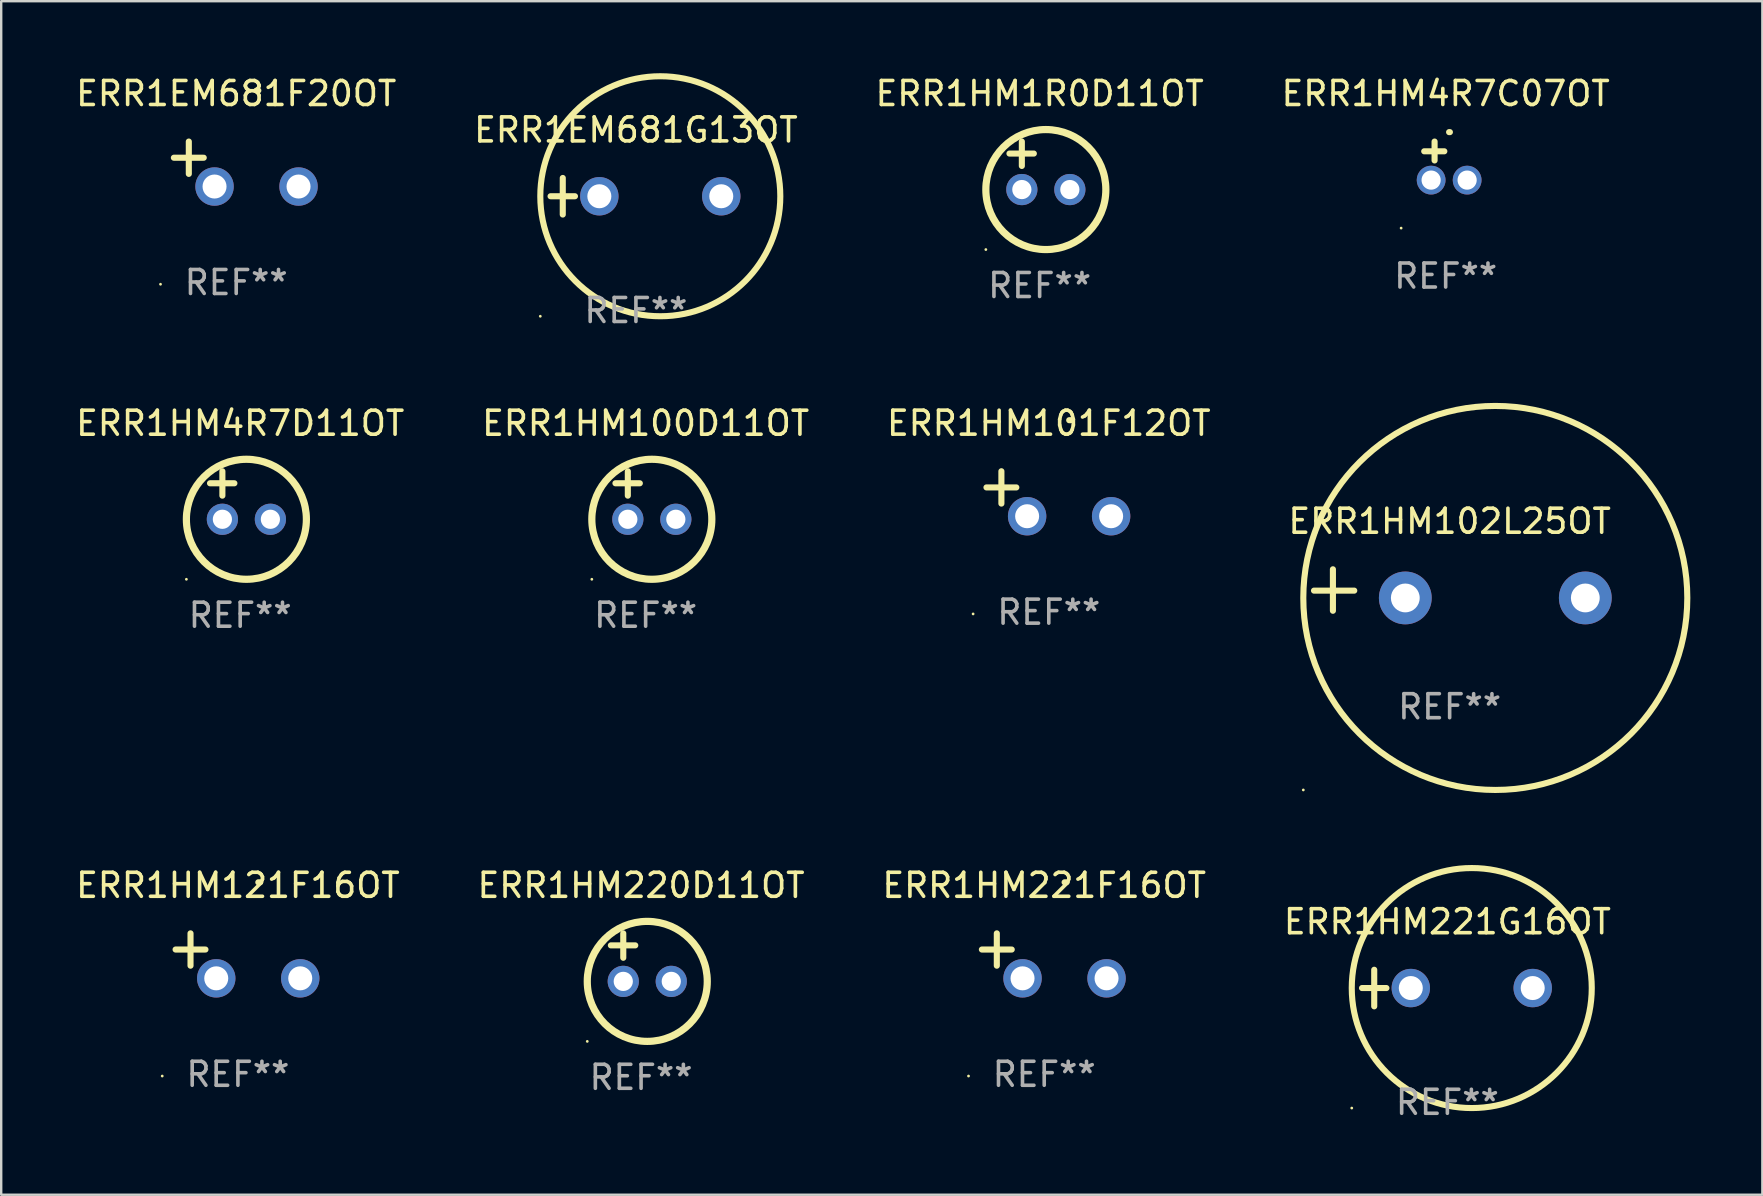
<source format=kicad_pcb>
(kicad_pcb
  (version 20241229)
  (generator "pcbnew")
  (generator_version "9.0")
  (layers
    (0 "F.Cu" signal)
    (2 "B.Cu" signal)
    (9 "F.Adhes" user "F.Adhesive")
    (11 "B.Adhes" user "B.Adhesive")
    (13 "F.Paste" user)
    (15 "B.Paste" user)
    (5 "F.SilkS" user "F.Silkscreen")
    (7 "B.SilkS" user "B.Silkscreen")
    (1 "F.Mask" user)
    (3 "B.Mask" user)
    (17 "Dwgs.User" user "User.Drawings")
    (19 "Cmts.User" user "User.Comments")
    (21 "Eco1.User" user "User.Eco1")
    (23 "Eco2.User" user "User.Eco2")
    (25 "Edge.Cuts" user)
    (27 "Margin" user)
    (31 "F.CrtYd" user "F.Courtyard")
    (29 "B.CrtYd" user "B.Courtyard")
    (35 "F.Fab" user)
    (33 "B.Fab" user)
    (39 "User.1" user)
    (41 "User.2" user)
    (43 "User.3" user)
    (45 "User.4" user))
  (footprint "ERR1HM221F16OT"
    (layer "F.Cu")
    (at 40.458 36.776)
    (property "Reference" "ERR1HM221F16OT" (at 0 -2.937 0) (layer "F.SilkS") (effects (font (size 1 1) (thickness 0.15))))
    (attr through_hole)
    (fp_line (start -1.975 0.41) (end -1.975 -0.937) (stroke (width 0.254) (type solid)) (layer "F.SilkS"))
    (fp_line (start -1.353 -0.263) (end -2.597 -0.263) (stroke (width 0.254) (type solid)) (layer "F.SilkS"))
    (fp_arc (start 0.849809 -3.063957) (mid 0.885369 -3.064114) (end 0.920929 -3.063957) (stroke (width 0.254001) (type solid)) (layer "F.SilkS"))
    (fp_circle (center -3.154 5.008) (end -3.124 5.008) (stroke (width 0.06) (type solid)) (fill no) (layer "F.SilkS"))
    (fp_text user "REF**" (at 0 4.937 0) (layer "F.Fab") (effects (font (size 1 1) (thickness 0.15))))
    (pad "1" thru_hole circle (at -0.903 0.937) (size 1.6 1.6) (drill 1) (layers "*.Cu" "*.Mask"))
    (pad "2" thru_hole circle (at 2.597 0.937) (size 1.6 1.6) (drill 1) (layers "*.Cu" "*.Mask")))
  (footprint "ERR1HM121F16OT"
    (layer "F.Cu")
    (at 6.863 36.776)
    (property "Reference" "ERR1HM121F16OT" (at 0 -2.937 0) (layer "F.SilkS") (effects (font (size 1 1) (thickness 0.15))))
    (attr through_hole)
    (fp_line (start -1.975 0.41) (end -1.975 -0.937) (stroke (width 0.254) (type solid)) (layer "F.SilkS"))
    (fp_line (start -1.353 -0.263) (end -2.597 -0.263) (stroke (width 0.254) (type solid)) (layer "F.SilkS"))
    (fp_arc (start 0.849809 -3.063957) (mid 0.885369 -3.064114) (end 0.920929 -3.063957) (stroke (width 0.254001) (type solid)) (layer "F.SilkS"))
    (fp_circle (center -3.154 5.008) (end -3.124 5.008) (stroke (width 0.06) (type solid)) (fill no) (layer "F.SilkS"))
    (fp_text user "REF**" (at 0 4.937 0) (layer "F.Fab") (effects (font (size 1 1) (thickness 0.15))))
    (pad "1" thru_hole circle (at -0.903 0.937) (size 1.6 1.6) (drill 1) (layers "*.Cu" "*.Mask"))
    (pad "2" thru_hole circle (at 2.597 0.937) (size 1.6 1.6) (drill 1) (layers "*.Cu" "*.Mask")))
  (footprint "ERR1EM681F20OT"
    (layer "F.Cu")
    (at 6.792 3.785)
    (property "Reference" "ERR1EM681F20OT" (at 0 -2.937 0) (layer "F.SilkS") (effects (font (size 1 1) (thickness 0.15))))
    (attr through_hole)
    (fp_line (start -1.975 0.41) (end -1.975 -0.937) (stroke (width 0.254) (type solid)) (layer "F.SilkS"))
    (fp_line (start -1.353 -0.263) (end -2.597 -0.263) (stroke (width 0.254) (type solid)) (layer "F.SilkS"))
    (fp_arc (start 0.849809 -3.063957) (mid 0.885369 -3.064114) (end 0.920929 -3.063957) (stroke (width 0.254001) (type solid)) (layer "F.SilkS"))
    (fp_circle (center -3.154 5.008) (end -3.124 5.008) (stroke (width 0.06) (type solid)) (fill no) (layer "F.SilkS"))
    (fp_text user "REF**" (at 0 4.937 0) (layer "F.Fab") (effects (font (size 1 1) (thickness 0.15))))
    (pad "1" thru_hole circle (at -0.903 0.937) (size 1.6 1.6) (drill 1) (layers "*.Cu" "*.Mask"))
    (pad "2" thru_hole circle (at 2.597 0.937) (size 1.6 1.6) (drill 1) (layers "*.Cu" "*.Mask")))
  (footprint "ERR1HM220D11OT"
    (layer "F.Cu")
    (at 23.661 36.84)
    (property "Reference" "ERR1HM220D11OT" (at 0 -3 0) (layer "F.SilkS") (effects (font (size 1 1) (thickness 0.15))))
    (attr through_hole)
    (fp_line (start -1.258 -0.5) (end -0.242 -0.5) (stroke (width 0.254) (type solid)) (layer "F.SilkS"))
    (fp_line (start -0.742 -1) (end -0.742 0.016) (stroke (width 0.254) (type solid)) (layer "F.SilkS"))
    (fp_circle (center -2.242 3.5) (end -2.212 3.5) (stroke (width 0.06) (type solid)) (fill no) (layer "F.SilkS"))
    (fp_circle (center 0.258 1) (end 2.758 1) (stroke (width 0.3) (type solid)) (fill no) (layer "F.SilkS"))
    (fp_text user "REF**" (at 0 5 0) (layer "F.Fab") (effects (font (size 1 1) (thickness 0.15))))
    (pad "1" thru_hole circle (at -0.742 1) (size 1.3 1.3) (drill 0.8) (layers "*.Cu" "*.Mask"))
    (pad "2" thru_hole circle (at 1.258 1) (size 1.3 1.3) (drill 0.8) (layers "*.Cu" "*.Mask")))
  (footprint "ERR1EM681G13OT"
    (layer "F.Cu")
    (at 23.446 5.127)
    (property "Reference" "ERR1EM681G13OT" (at 0 -2.762 0) (layer "F.SilkS") (effects (font (size 1 1) (thickness 0.15))))
    (attr through_hole)
    (fp_line (start -3.556 0) (end -2.54 0) (stroke (width 0.254) (type solid)) (layer "F.SilkS"))
    (fp_line (start -3.048 -0.762) (end -3.048 0.762) (stroke (width 0.254) (type solid)) (layer "F.SilkS"))
    (fp_circle (center -3.984 5) (end -3.954 5) (stroke (width 0.06) (type solid)) (fill no) (layer "F.SilkS"))
    (fp_circle (center 1.016 0) (end 6.016 0) (stroke (width 0.254) (type solid)) (fill no) (layer "F.SilkS"))
    (fp_text user "REF**" (at 0 4.762 0) (layer "F.Fab") (effects (font (size 1 1) (thickness 0.15))))
    (pad "1" thru_hole circle (at -1.524 0) (size 1.6 1.6) (drill 1) (layers "*.Cu" "*.Mask"))
    (pad "2" thru_hole circle (at 3.556 0) (size 1.6 1.6) (drill 1) (layers "*.Cu" "*.Mask")))
  (footprint "ERR1HM221G16OT"
    (layer "F.Cu")
    (at 57.256 38.118)
    (property "Reference" "ERR1HM221G16OT" (at 0 -2.762 0) (layer "F.SilkS") (effects (font (size 1 1) (thickness 0.15))))
    (attr through_hole)
    (fp_line (start -3.556 0) (end -2.54 0) (stroke (width 0.254) (type solid)) (layer "F.SilkS"))
    (fp_line (start -3.048 -0.762) (end -3.048 0.762) (stroke (width 0.254) (type solid)) (layer "F.SilkS"))
    (fp_circle (center -3.984 5) (end -3.954 5) (stroke (width 0.06) (type solid)) (fill no) (layer "F.SilkS"))
    (fp_circle (center 1.016 0) (end 6.016 0) (stroke (width 0.254) (type solid)) (fill no) (layer "F.SilkS"))
    (fp_text user "REF**" (at 0 4.762 0) (layer "F.Fab") (effects (font (size 1 1) (thickness 0.15))))
    (pad "1" thru_hole circle (at -1.524 0) (size 1.6 1.6) (drill 1) (layers "*.Cu" "*.Mask"))
    (pad "2" thru_hole circle (at 3.556 0) (size 1.6 1.6) (drill 1) (layers "*.Cu" "*.Mask")))
  (footprint "ERR1HM101F12OT"
    (layer "F.Cu")
    (at 40.649 17.522)
    (property "Reference" "ERR1HM101F12OT" (at 0 -2.937 0) (layer "F.SilkS") (effects (font (size 1 1) (thickness 0.15))))
    (attr through_hole)
    (fp_line (start -1.975 0.41) (end -1.975 -0.937) (stroke (width 0.254) (type solid)) (layer "F.SilkS"))
    (fp_line (start -1.353 -0.263) (end -2.597 -0.263) (stroke (width 0.254) (type solid)) (layer "F.SilkS"))
    (fp_arc (start 0.849809 -3.063957) (mid 0.885369 -3.064114) (end 0.920929 -3.063957) (stroke (width 0.254001) (type solid)) (layer "F.SilkS"))
    (fp_circle (center -3.154 5.008) (end -3.124 5.008) (stroke (width 0.06) (type solid)) (fill no) (layer "F.SilkS"))
    (fp_text user "REF**" (at 0 4.937 0) (layer "F.Fab") (effects (font (size 1 1) (thickness 0.15))))
    (pad "1" thru_hole circle (at -0.903 0.937) (size 1.6 1.6) (drill 1) (layers "*.Cu" "*.Mask"))
    (pad "2" thru_hole circle (at 2.597 0.937) (size 1.6 1.6) (drill 1) (layers "*.Cu" "*.Mask")))
  (footprint "ERR1HM4R7D11OT"
    (layer "F.Cu")
    (at 6.958 17.586)
    (property "Reference" "ERR1HM4R7D11OT" (at 0 -3 0) (layer "F.SilkS") (effects (font (size 1 1) (thickness 0.15))))
    (attr through_hole)
    (fp_line (start -1.258 -0.5) (end -0.242 -0.5) (stroke (width 0.254) (type solid)) (layer "F.SilkS"))
    (fp_line (start -0.742 -1) (end -0.742 0.016) (stroke (width 0.254) (type solid)) (layer "F.SilkS"))
    (fp_circle (center -2.242 3.5) (end -2.212 3.5) (stroke (width 0.06) (type solid)) (fill no) (layer "F.SilkS"))
    (fp_circle (center 0.258 1) (end 2.758 1) (stroke (width 0.3) (type solid)) (fill no) (layer "F.SilkS"))
    (fp_text user "REF**" (at 0 5 0) (layer "F.Fab") (effects (font (size 1 1) (thickness 0.15))))
    (pad "1" thru_hole circle (at -0.742 1) (size 1.3 1.3) (drill 0.8) (layers "*.Cu" "*.Mask"))
    (pad "2" thru_hole circle (at 1.258 1) (size 1.3 1.3) (drill 0.8) (layers "*.Cu" "*.Mask")))
  (footprint "ERR1HM1R0D11OT"
    (layer "F.Cu")
    (at 40.268 3.848)
    (property "Reference" "ERR1HM1R0D11OT" (at 0 -3 0) (layer "F.SilkS") (effects (font (size 1 1) (thickness 0.15))))
    (attr through_hole)
    (fp_line (start -1.258 -0.5) (end -0.242 -0.5) (stroke (width 0.254) (type solid)) (layer "F.SilkS"))
    (fp_line (start -0.742 -1) (end -0.742 0.016) (stroke (width 0.254) (type solid)) (layer "F.SilkS"))
    (fp_circle (center -2.242 3.5) (end -2.212 3.5) (stroke (width 0.06) (type solid)) (fill no) (layer "F.SilkS"))
    (fp_circle (center 0.258 1) (end 2.758 1) (stroke (width 0.3) (type solid)) (fill no) (layer "F.SilkS"))
    (fp_text user "REF**" (at 0 5 0) (layer "F.Fab") (effects (font (size 1 1) (thickness 0.15))))
    (pad "1" thru_hole circle (at -0.742 1) (size 1.3 1.3) (drill 0.8) (layers "*.Cu" "*.Mask"))
    (pad "2" thru_hole circle (at 1.258 1) (size 1.3 1.3) (drill 0.8) (layers "*.Cu" "*.Mask")))
  (footprint "ERR1HM4R7C07OT"
    (layer "F.Cu")
    (at 57.185 3.651)
    (property "Reference" "ERR1HM4R7C07OT" (at 0 -2.803 0) (layer "F.SilkS") (effects (font (size 1 1) (thickness 0.15))))
    (attr through_hole)
    (fp_line (start -0.462 -0.016) (end -0.462 -0.803) (stroke (width 0.254) (type solid)) (layer "F.SilkS"))
    (fp_line (start -0.056 -0.397) (end -0.894 -0.397) (stroke (width 0.254) (type solid)) (layer "F.SilkS"))
    (fp_arc (start 0.142799 -1.195784) (mid 0.159309 -1.195852) (end 0.175819 -1.195784) (stroke (width 0.254001) (type solid)) (layer "F.SilkS"))
    (fp_circle (center -1.856 2.803) (end -1.826 2.803) (stroke (width 0.06) (type solid)) (fill no) (layer "F.SilkS"))
    (fp_text user "REF**" (at 0 4.803 0) (layer "F.Fab") (effects (font (size 1 1) (thickness 0.15))))
    (pad "1" thru_hole circle (at -0.606 0.803) (size 1.2 1.2) (drill 0.8) (layers "*.Cu" "*.Mask"))
    (pad "2" thru_hole circle (at 0.894 0.803) (size 1.2 1.2) (drill 0.8) (layers "*.Cu" "*.Mask")))
  (footprint "ERR1HM100D11OT"
    (layer "F.Cu")
    (at 23.851 17.586)
    (property "Reference" "ERR1HM100D11OT" (at 0 -3 0) (layer "F.SilkS") (effects (font (size 1 1) (thickness 0.15))))
    (attr through_hole)
    (fp_line (start -1.258 -0.5) (end -0.242 -0.5) (stroke (width 0.254) (type solid)) (layer "F.SilkS"))
    (fp_line (start -0.742 -1) (end -0.742 0.016) (stroke (width 0.254) (type solid)) (layer "F.SilkS"))
    (fp_circle (center -2.242 3.5) (end -2.212 3.5) (stroke (width 0.06) (type solid)) (fill no) (layer "F.SilkS"))
    (fp_circle (center 0.258 1) (end 2.758 1) (stroke (width 0.3) (type solid)) (fill no) (layer "F.SilkS"))
    (fp_text user "REF**" (at 0 5 0) (layer "F.Fab") (effects (font (size 1 1) (thickness 0.15))))
    (pad "1" thru_hole circle (at -0.742 1) (size 1.3 1.3) (drill 0.8) (layers "*.Cu" "*.Mask"))
    (pad "2" thru_hole circle (at 1.258 1) (size 1.3 1.3) (drill 0.8) (layers "*.Cu" "*.Mask")))
  (footprint "ERR1HM102L25OT"
    (layer "F.Cu")
    (at 57.351 21.534)
    (property "Reference" "ERR1HM102L25OT" (at 0 -2.864 0) (layer "F.SilkS") (effects (font (size 1 1) (thickness 0.15))))
    (attr through_hole)
    (fp_line (start -4.864 0.864) (end -4.864 -0.864) (stroke (width 0.254) (type solid)) (layer "F.SilkS"))
    (fp_line (start -3.975 0.025) (end -5.652 0.025) (stroke (width 0.254) (type solid)) (layer "F.SilkS"))
    (fp_circle (center -6.098 8.33) (end -6.068 8.33) (stroke (width 0.06) (type solid)) (fill no) (layer "F.SilkS"))
    (fp_circle (center 1.902 0.33) (end 9.902 0.33) (stroke (width 0.254) (type solid)) (fill no) (layer "F.SilkS"))
    (fp_text user "REF**" (at 0 4.864 0) (layer "F.Fab") (effects (font (size 1 1) (thickness 0.15))))
    (pad "1" thru_hole circle (at -1.848 0.33) (size 2.2 2.2) (drill 1.2) (layers "*.Cu" "*.Mask"))
    (pad "2" thru_hole circle (at 5.652 0.33) (size 2.2 2.2) (drill 1.2) (layers "*.Cu" "*.Mask")))
  (gr_rect
    (start -3 -3)
    (end 70.38 46.729)
    (stroke (width 0.1) (type default))
    (fill no)
    (layer "Edge.Cuts")))
</source>
